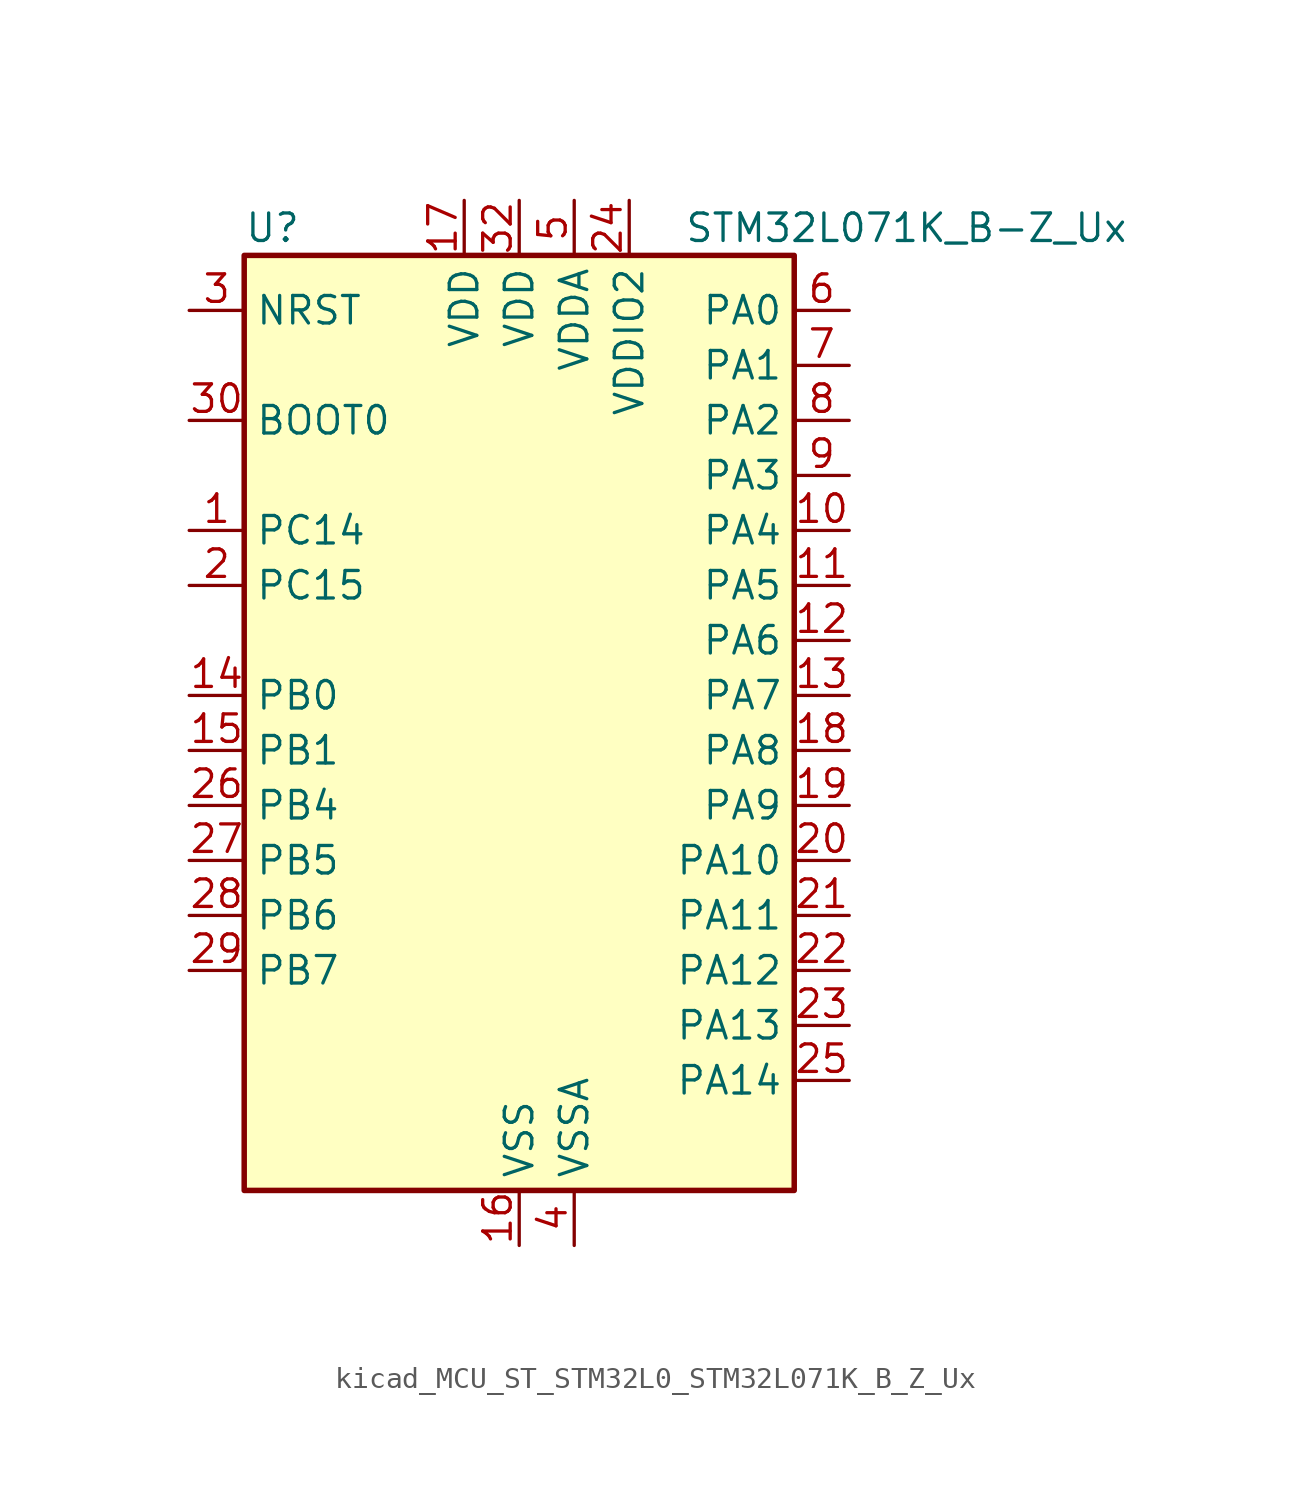
<source format=kicad_sym>
(kicad_symbol_lib
  (version 20220914)
  (generator kicad_symbol_editor)
  (symbol "kicad_MCU_ST_STM32L0_STM32L071K_B_Z_Ux"
    (property "Reference" "U"
      (at -12.7 24.13 0)
      (effects (font (size 1.27 1.27)) (justify left)))
    (property "Value" "STM32L071K_B-Z_Ux"
      (at 7.62 24.13 0)
      (effects (font (size 1.27 1.27)) (justify left)))
    (property "ki_locked" ""
      (at 0 0 0)
      (effects (font (size 1.27 1.27))))
    (symbol "kicad_MCU_ST_STM32L0_STM32L071K_B_Z_Ux_0_1"
      (rectangle (start -12.7 -20.32) (end 12.7 22.86) (stroke (width 0.254) (type default)) (fill (type background))))
    (symbol "kicad_MCU_ST_STM32L0_STM32L071K_B_Z_Ux_1_1"
      (pin bidirectional line (at -15.24 10.16 0) (length 2.54) (name "PC14" (effects (font (size 1.27 1.27)))) (number "1" (effects (font (size 1.27 1.27)))) (alternate "RCC_OSC32_IN" bidirectional line))
      (pin bidirectional line (at 15.24 10.16 180) (length 2.54) (name "PA4" (effects (font (size 1.27 1.27)))) (number "10" (effects (font (size 1.27 1.27)))) (alternate "ADC_IN4" bidirectional line) (alternate "COMP1_INM" bidirectional line) (alternate "COMP2_INM" bidirectional line) (alternate "SPI1_NSS" bidirectional line) (alternate "TIM22_ETR" bidirectional line) (alternate "USART2_CK" bidirectional line))
      (pin bidirectional line (at 15.24 7.62 180) (length 2.54) (name "PA5" (effects (font (size 1.27 1.27)))) (number "11" (effects (font (size 1.27 1.27)))) (alternate "ADC_IN5" bidirectional line) (alternate "COMP1_INM" bidirectional line) (alternate "COMP2_INM" bidirectional line) (alternate "SPI1_SCK" bidirectional line) (alternate "TIM2_CH1" bidirectional line) (alternate "TIM2_ETR" bidirectional line))
      (pin bidirectional line (at 15.24 5.08 180) (length 2.54) (name "PA6" (effects (font (size 1.27 1.27)))) (number "12" (effects (font (size 1.27 1.27)))) (alternate "ADC_IN6" bidirectional line) (alternate "COMP1_OUT" bidirectional line) (alternate "LPUART1_CTS" bidirectional line) (alternate "SPI1_MISO" bidirectional line) (alternate "TIM22_CH1" bidirectional line) (alternate "TIM3_CH1" bidirectional line))
      (pin bidirectional line (at 15.24 2.54 180) (length 2.54) (name "PA7" (effects (font (size 1.27 1.27)))) (number "13" (effects (font (size 1.27 1.27)))) (alternate "ADC_IN7" bidirectional line) (alternate "COMP2_OUT" bidirectional line) (alternate "SPI1_MOSI" bidirectional line) (alternate "TIM22_CH2" bidirectional line) (alternate "TIM3_CH2" bidirectional line))
      (pin bidirectional line (at -15.24 2.54 0) (length 2.54) (name "PB0" (effects (font (size 1.27 1.27)))) (number "14" (effects (font (size 1.27 1.27)))) (alternate "ADC_IN8" bidirectional line) (alternate "SYS_VREF_OUT_PB0" bidirectional line) (alternate "TIM3_CH3" bidirectional line))
      (pin bidirectional line (at -15.24 0 0) (length 2.54) (name "PB1" (effects (font (size 1.27 1.27)))) (number "15" (effects (font (size 1.27 1.27)))) (alternate "ADC_IN9" bidirectional line) (alternate "LPUART1_DE" bidirectional line) (alternate "LPUART1_RTS" bidirectional line) (alternate "SYS_VREF_OUT_PB1" bidirectional line) (alternate "TIM3_CH4" bidirectional line))
      (pin power_in line (at 0 -22.86 90) (length 2.54) (name "VSS" (effects (font (size 1.27 1.27)))) (number "16" (effects (font (size 1.27 1.27)))))
      (pin power_in line (at -2.54 25.4 270) (length 2.54) (name "VDD" (effects (font (size 1.27 1.27)))) (number "17" (effects (font (size 1.27 1.27)))))
      (pin bidirectional line (at 15.24 0 180) (length 2.54) (name "PA8" (effects (font (size 1.27 1.27)))) (number "18" (effects (font (size 1.27 1.27)))) (alternate "I2C3_SCL" bidirectional line) (alternate "RCC_MCO" bidirectional line) (alternate "USART1_CK" bidirectional line))
      (pin bidirectional line (at 15.24 -2.54 180) (length 2.54) (name "PA9" (effects (font (size 1.27 1.27)))) (number "19" (effects (font (size 1.27 1.27)))) (alternate "I2C1_SCL" bidirectional line) (alternate "I2C3_SMBA" bidirectional line) (alternate "RCC_MCO" bidirectional line) (alternate "USART1_TX" bidirectional line))
      (pin bidirectional line (at -15.24 7.62 0) (length 2.54) (name "PC15" (effects (font (size 1.27 1.27)))) (number "2" (effects (font (size 1.27 1.27)))) (alternate "RCC_OSC32_OUT" bidirectional line))
      (pin bidirectional line (at 15.24 -5.08 180) (length 2.54) (name "PA10" (effects (font (size 1.27 1.27)))) (number "20" (effects (font (size 1.27 1.27)))) (alternate "I2C1_SDA" bidirectional line) (alternate "USART1_RX" bidirectional line))
      (pin bidirectional line (at 15.24 -7.62 180) (length 2.54) (name "PA11" (effects (font (size 1.27 1.27)))) (number "21" (effects (font (size 1.27 1.27)))) (alternate "ADC_EXTI11" bidirectional line) (alternate "COMP1_OUT" bidirectional line) (alternate "SPI1_MISO" bidirectional line) (alternate "USART1_CTS" bidirectional line))
      (pin bidirectional line (at 15.24 -10.16 180) (length 2.54) (name "PA12" (effects (font (size 1.27 1.27)))) (number "22" (effects (font (size 1.27 1.27)))) (alternate "COMP2_OUT" bidirectional line) (alternate "SPI1_MOSI" bidirectional line) (alternate "USART1_DE" bidirectional line) (alternate "USART1_RTS" bidirectional line))
      (pin bidirectional line (at 15.24 -12.7 180) (length 2.54) (name "PA13" (effects (font (size 1.27 1.27)))) (number "23" (effects (font (size 1.27 1.27)))) (alternate "LPUART1_RX" bidirectional line) (alternate "SYS_SWDIO" bidirectional line))
      (pin power_in line (at 5.08 25.4 270) (length 2.54) (name "VDDIO2" (effects (font (size 1.27 1.27)))) (number "24" (effects (font (size 1.27 1.27)))))
      (pin bidirectional line (at 15.24 -15.24 180) (length 2.54) (name "PA14" (effects (font (size 1.27 1.27)))) (number "25" (effects (font (size 1.27 1.27)))) (alternate "LPUART1_TX" bidirectional line) (alternate "SYS_SWCLK" bidirectional line) (alternate "USART2_TX" bidirectional line))
      (pin bidirectional line (at -15.24 -2.54 0) (length 2.54) (name "PB4" (effects (font (size 1.27 1.27)))) (number "26" (effects (font (size 1.27 1.27)))) (alternate "COMP2_INP" bidirectional line) (alternate "I2C3_SDA" bidirectional line) (alternate "SPI1_MISO" bidirectional line) (alternate "TIM22_CH1" bidirectional line) (alternate "TIM3_CH1" bidirectional line) (alternate "USART1_CTS" bidirectional line))
      (pin bidirectional line (at -15.24 -5.08 0) (length 2.54) (name "PB5" (effects (font (size 1.27 1.27)))) (number "27" (effects (font (size 1.27 1.27)))) (alternate "COMP2_INP" bidirectional line) (alternate "I2C1_SMBA" bidirectional line) (alternate "LPTIM1_IN1" bidirectional line) (alternate "SPI1_MOSI" bidirectional line) (alternate "TIM22_CH2" bidirectional line) (alternate "TIM3_CH2" bidirectional line) (alternate "USART1_CK" bidirectional line))
      (pin bidirectional line (at -15.24 -7.62 0) (length 2.54) (name "PB6" (effects (font (size 1.27 1.27)))) (number "28" (effects (font (size 1.27 1.27)))) (alternate "COMP2_INP" bidirectional line) (alternate "I2C1_SCL" bidirectional line) (alternate "LPTIM1_ETR" bidirectional line) (alternate "USART1_TX" bidirectional line))
      (pin bidirectional line (at -15.24 -10.16 0) (length 2.54) (name "PB7" (effects (font (size 1.27 1.27)))) (number "29" (effects (font (size 1.27 1.27)))) (alternate "COMP2_INP" bidirectional line) (alternate "I2C1_SDA" bidirectional line) (alternate "LPTIM1_IN2" bidirectional line) (alternate "SYS_PVD_IN" bidirectional line) (alternate "USART1_RX" bidirectional line) (alternate "USART4_CTS" bidirectional line))
      (pin input line (at -15.24 20.32 0) (length 2.54) (name "NRST" (effects (font (size 1.27 1.27)))) (number "3" (effects (font (size 1.27 1.27)))))
      (pin input line (at -15.24 15.24 0) (length 2.54) (name "BOOT0" (effects (font (size 1.27 1.27)))) (number "30" (effects (font (size 1.27 1.27)))))
      (pin passive line (at 0 -22.86 90) (length 2.54) hide (name "VSS" (effects (font (size 1.27 1.27)))) (number "31" (effects (font (size 1.27 1.27)))))
      (pin power_in line (at 0 25.4 270) (length 2.54) (name "VDD" (effects (font (size 1.27 1.27)))) (number "32" (effects (font (size 1.27 1.27)))))
      (pin passive line (at 0 -22.86 90) (length 2.54) hide (name "VSS" (effects (font (size 1.27 1.27)))) (number "33" (effects (font (size 1.27 1.27)))))
      (pin power_in line (at 2.54 -22.86 90) (length 2.54) (name "VSSA" (effects (font (size 1.27 1.27)))) (number "4" (effects (font (size 1.27 1.27)))))
      (pin power_in line (at 2.54 25.4 270) (length 2.54) (name "VDDA" (effects (font (size 1.27 1.27)))) (number "5" (effects (font (size 1.27 1.27)))))
      (pin bidirectional line (at 15.24 20.32 180) (length 2.54) (name "PA0" (effects (font (size 1.27 1.27)))) (number "6" (effects (font (size 1.27 1.27)))) (alternate "ADC_IN0" bidirectional line) (alternate "COMP1_INM" bidirectional line) (alternate "COMP1_OUT" bidirectional line) (alternate "RTC_TAMP2" bidirectional line) (alternate "SYS_WKUP1" bidirectional line) (alternate "TIM2_CH1" bidirectional line) (alternate "TIM2_ETR" bidirectional line) (alternate "USART2_CTS" bidirectional line) (alternate "USART4_TX" bidirectional line))
      (pin bidirectional line (at 15.24 17.78 180) (length 2.54) (name "PA1" (effects (font (size 1.27 1.27)))) (number "7" (effects (font (size 1.27 1.27)))) (alternate "ADC_IN1" bidirectional line) (alternate "COMP1_INP" bidirectional line) (alternate "TIM21_ETR" bidirectional line) (alternate "TIM2_CH2" bidirectional line) (alternate "USART2_DE" bidirectional line) (alternate "USART2_RTS" bidirectional line) (alternate "USART4_RX" bidirectional line))
      (pin bidirectional line (at 15.24 15.24 180) (length 2.54) (name "PA2" (effects (font (size 1.27 1.27)))) (number "8" (effects (font (size 1.27 1.27)))) (alternate "ADC_IN2" bidirectional line) (alternate "COMP2_INM" bidirectional line) (alternate "COMP2_OUT" bidirectional line) (alternate "LPUART1_TX" bidirectional line) (alternate "TIM21_CH1" bidirectional line) (alternate "TIM2_CH3" bidirectional line) (alternate "USART2_TX" bidirectional line))
      (pin bidirectional line (at 15.24 12.7 180) (length 2.54) (name "PA3" (effects (font (size 1.27 1.27)))) (number "9" (effects (font (size 1.27 1.27)))) (alternate "ADC_IN3" bidirectional line) (alternate "COMP2_INP" bidirectional line) (alternate "LPUART1_RX" bidirectional line) (alternate "TIM21_CH2" bidirectional line) (alternate "TIM2_CH4" bidirectional line) (alternate "USART2_RX" bidirectional line)))))
</source>
